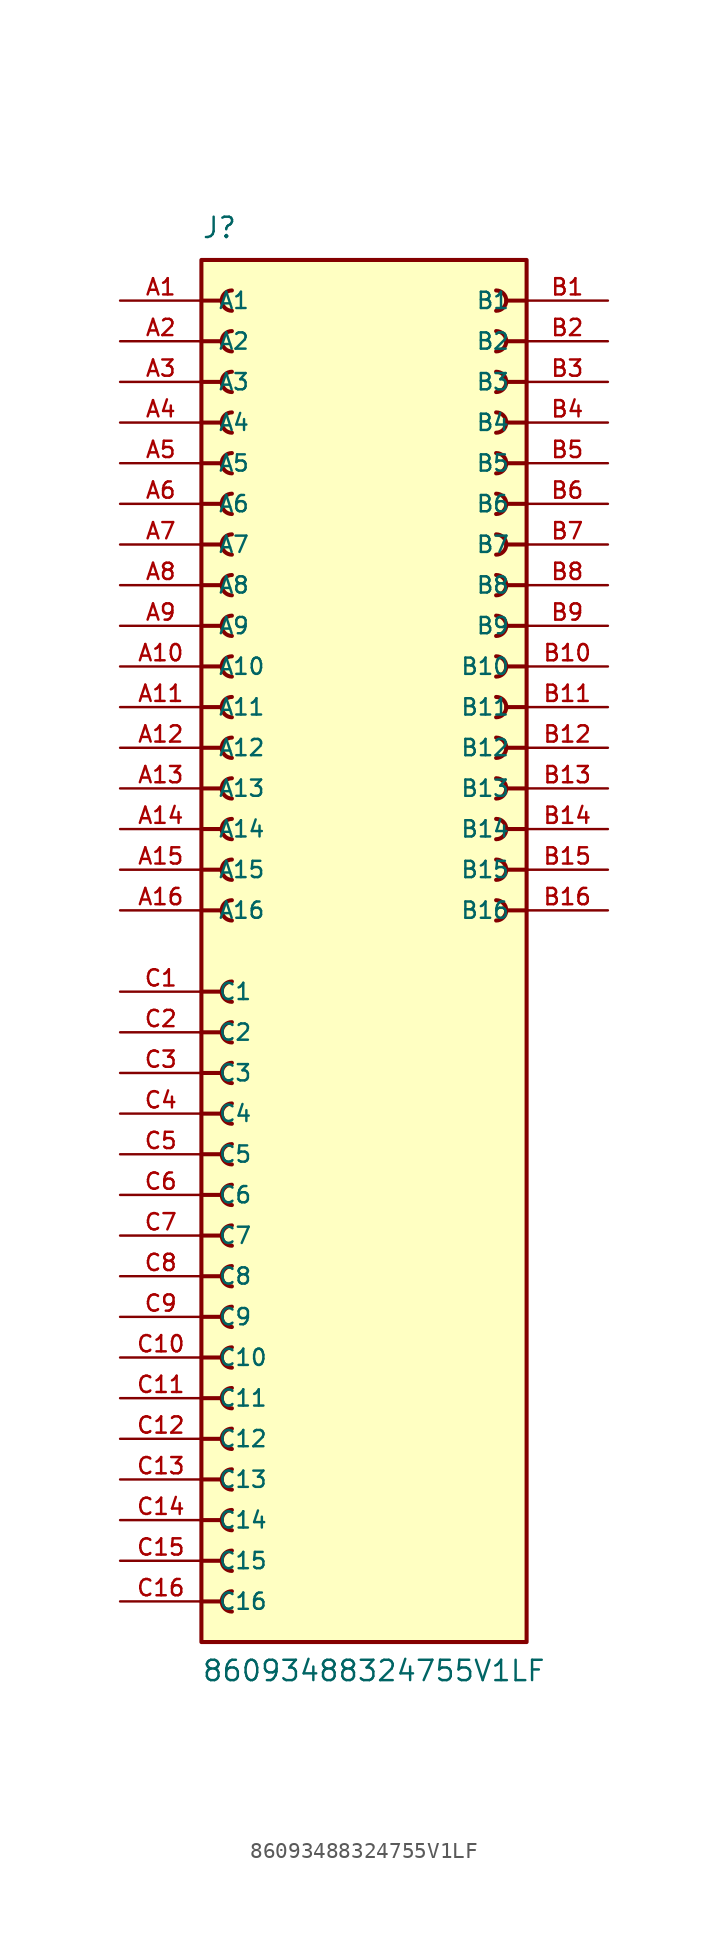
<source format=kicad_sym>
(kicad_symbol_lib
  (version 20211014)
  (generator kicad_symbol_editor)
  (symbol "86093488324755V1LF"
    (pin_names
      (offset 1.016))
    (property "Reference" "J"
      (at -10.16 44.45 0)
      (effects (font (size 1.27 1.27)) (justify bottom left)))
    (property "Value" "86093488324755V1LF"
      (at -10.16 -45.72 0)
      (effects (font (size 1.27 1.27)) (justify bottom left)))
    (symbol "86093488324755V1LF_0_0"
      (polyline (pts (xy 10.16 40.64) (xy 8.89 40.64)) (stroke (width 0.254)))
      (arc (start 8.255 40.005) (mid 8.89 40.64) (end 8.255 41.275) (stroke (width 0.254) (type default) (color 0 0 0 0)) (fill (type none)))
      (polyline (pts (xy 10.16 38.1) (xy 8.89 38.1)) (stroke (width 0.254)))
      (arc (start 8.255 37.465) (mid 8.89 38.1) (end 8.255 38.735) (stroke (width 0.254) (type default) (color 0 0 0 0)) (fill (type none)))
      (polyline (pts (xy 10.16 35.56) (xy 8.89 35.56)) (stroke (width 0.254)))
      (arc (start 8.255 34.925) (mid 8.89 35.56) (end 8.255 36.195) (stroke (width 0.254) (type default) (color 0 0 0 0)) (fill (type none)))
      (polyline (pts (xy 10.16 33.02) (xy 8.89 33.02)) (stroke (width 0.254)))
      (arc (start 8.255 32.385) (mid 8.89 33.02) (end 8.255 33.655) (stroke (width 0.254) (type default) (color 0 0 0 0)) (fill (type none)))
      (polyline (pts (xy 10.16 30.48) (xy 8.89 30.48)) (stroke (width 0.254)))
      (arc (start 8.255 29.845) (mid 8.89 30.48) (end 8.255 31.115) (stroke (width 0.254) (type default) (color 0 0 0 0)) (fill (type none)))
      (polyline (pts (xy 10.16 27.94) (xy 8.89 27.94)) (stroke (width 0.254)))
      (arc (start 8.255 27.305) (mid 8.89 27.94) (end 8.255 28.575) (stroke (width 0.254) (type default) (color 0 0 0 0)) (fill (type none)))
      (polyline (pts (xy 10.16 25.4) (xy 8.89 25.4)) (stroke (width 0.254)))
      (arc (start 8.255 24.765) (mid 8.89 25.4) (end 8.255 26.035) (stroke (width 0.254) (type default) (color 0 0 0 0)) (fill (type none)))
      (polyline (pts (xy 10.16 22.86) (xy 8.89 22.86)) (stroke (width 0.254)))
      (arc (start 8.255 22.225) (mid 8.89 22.86) (end 8.255 23.495) (stroke (width 0.254) (type default) (color 0 0 0 0)) (fill (type none)))
      (polyline (pts (xy 10.16 20.32) (xy 8.89 20.32)) (stroke (width 0.254)))
      (arc (start 8.255 19.685) (mid 8.89 20.32) (end 8.255 20.955) (stroke (width 0.254) (type default) (color 0 0 0 0)) (fill (type none)))
      (polyline (pts (xy 10.16 17.78) (xy 8.89 17.78)) (stroke (width 0.254)))
      (arc (start 8.255 17.145) (mid 8.89 17.78) (end 8.255 18.415) (stroke (width 0.254) (type default) (color 0 0 0 0)) (fill (type none)))
      (polyline (pts (xy 10.16 15.24) (xy 8.89 15.24)) (stroke (width 0.254)))
      (arc (start 8.255 14.605) (mid 8.89 15.24) (end 8.255 15.875) (stroke (width 0.254) (type default) (color 0 0 0 0)) (fill (type none)))
      (polyline (pts (xy 10.16 12.7) (xy 8.89 12.7)) (stroke (width 0.254)))
      (arc (start 8.255 12.065) (mid 8.89 12.7) (end 8.255 13.335) (stroke (width 0.254) (type default) (color 0 0 0 0)) (fill (type none)))
      (polyline (pts (xy 10.16 10.16) (xy 8.89 10.16)) (stroke (width 0.254)))
      (arc (start 8.255 9.525) (mid 8.89 10.16) (end 8.255 10.795) (stroke (width 0.254) (type default) (color 0 0 0 0)) (fill (type none)))
      (polyline (pts (xy 10.16 7.62) (xy 8.89 7.62)) (stroke (width 0.254)))
      (arc (start 8.255 6.985) (mid 8.89 7.62) (end 8.255 8.255) (stroke (width 0.254) (type default) (color 0 0 0 0)) (fill (type none)))
      (polyline (pts (xy 10.16 5.08) (xy 8.89 5.08)) (stroke (width 0.254)))
      (arc (start 8.255 4.445) (mid 8.89 5.08) (end 8.255 5.715) (stroke (width 0.254) (type default) (color 0 0 0 0)) (fill (type none)))
      (polyline (pts (xy 10.16 2.54) (xy 8.89 2.54)) (stroke (width 0.254)))
      (arc (start 8.255 1.905) (mid 8.89 2.54) (end 8.255 3.175) (stroke (width 0.254) (type default) (color 0 0 0 0)) (fill (type none)))
      (polyline (pts (xy -10.16 2.54) (xy -8.89 2.54)) (stroke (width 0.254)))
      (arc (start -8.255 3.175) (mid -8.89 2.54) (end -8.255 1.905) (stroke (width 0.254) (type default) (color 0 0 0 0)) (fill (type none)))
      (polyline (pts (xy -10.16 5.08) (xy -8.89 5.08)) (stroke (width 0.254)))
      (arc (start -8.255 5.715) (mid -8.89 5.08) (end -8.255 4.445) (stroke (width 0.254) (type default) (color 0 0 0 0)) (fill (type none)))
      (polyline (pts (xy -10.16 7.62) (xy -8.89 7.62)) (stroke (width 0.254)))
      (arc (start -8.255 8.255) (mid -8.89 7.62) (end -8.255 6.985) (stroke (width 0.254) (type default) (color 0 0 0 0)) (fill (type none)))
      (polyline (pts (xy -10.16 10.16) (xy -8.89 10.16)) (stroke (width 0.254)))
      (arc (start -8.255 10.795) (mid -8.89 10.16) (end -8.255 9.525) (stroke (width 0.254) (type default) (color 0 0 0 0)) (fill (type none)))
      (polyline (pts (xy -10.16 12.7) (xy -8.89 12.7)) (stroke (width 0.254)))
      (arc (start -8.255 13.335) (mid -8.89 12.7) (end -8.255 12.065) (stroke (width 0.254) (type default) (color 0 0 0 0)) (fill (type none)))
      (polyline (pts (xy -10.16 15.24) (xy -8.89 15.24)) (stroke (width 0.254)))
      (arc (start -8.255 15.875) (mid -8.89 15.24) (end -8.255 14.605) (stroke (width 0.254) (type default) (color 0 0 0 0)) (fill (type none)))
      (polyline (pts (xy -10.16 17.78) (xy -8.89 17.78)) (stroke (width 0.254)))
      (arc (start -8.255 18.415) (mid -8.89 17.78) (end -8.255 17.145) (stroke (width 0.254) (type default) (color 0 0 0 0)) (fill (type none)))
      (polyline (pts (xy -10.16 20.32) (xy -8.89 20.32)) (stroke (width 0.254)))
      (arc (start -8.255 20.955) (mid -8.89 20.32) (end -8.255 19.685) (stroke (width 0.254) (type default) (color 0 0 0 0)) (fill (type none)))
      (polyline (pts (xy -10.16 22.86) (xy -8.89 22.86)) (stroke (width 0.254)))
      (arc (start -8.255 23.495) (mid -8.89 22.86) (end -8.255 22.225) (stroke (width 0.254) (type default) (color 0 0 0 0)) (fill (type none)))
      (polyline (pts (xy -10.16 25.4) (xy -8.89 25.4)) (stroke (width 0.254)))
      (arc (start -8.255 26.035) (mid -8.89 25.4) (end -8.255 24.765) (stroke (width 0.254) (type default) (color 0 0 0 0)) (fill (type none)))
      (polyline (pts (xy -10.16 27.94) (xy -8.89 27.94)) (stroke (width 0.254)))
      (arc (start -8.255 28.575) (mid -8.89 27.94) (end -8.255 27.305) (stroke (width 0.254) (type default) (color 0 0 0 0)) (fill (type none)))
      (polyline (pts (xy -10.16 30.48) (xy -8.89 30.48)) (stroke (width 0.254)))
      (arc (start -8.255 31.115) (mid -8.89 30.48) (end -8.255 29.845) (stroke (width 0.254) (type default) (color 0 0 0 0)) (fill (type none)))
      (polyline (pts (xy -10.16 33.02) (xy -8.89 33.02)) (stroke (width 0.254)))
      (arc (start -8.255 33.655) (mid -8.89 33.02) (end -8.255 32.385) (stroke (width 0.254) (type default) (color 0 0 0 0)) (fill (type none)))
      (polyline (pts (xy -10.16 35.56) (xy -8.89 35.56)) (stroke (width 0.254)))
      (arc (start -8.255 36.195) (mid -8.89 35.56) (end -8.255 34.925) (stroke (width 0.254) (type default) (color 0 0 0 0)) (fill (type none)))
      (polyline (pts (xy -10.16 38.1) (xy -8.89 38.1)) (stroke (width 0.254)))
      (arc (start -8.255 38.735) (mid -8.89 38.1) (end -8.255 37.465) (stroke (width 0.254) (type default) (color 0 0 0 0)) (fill (type none)))
      (polyline (pts (xy -10.16 40.64) (xy -8.89 40.64)) (stroke (width 0.254)))
      (arc (start -8.255 41.275) (mid -8.89 40.64) (end -8.255 40.005) (stroke (width 0.254) (type default) (color 0 0 0 0)) (fill (type none)))
      (polyline (pts (xy -10.16 -40.64) (xy -8.89 -40.64)) (stroke (width 0.254)))
      (arc (start -8.255 -40.005) (mid -8.89 -40.64) (end -8.255 -41.275) (stroke (width 0.254) (type default) (color 0 0 0 0)) (fill (type none)))
      (polyline (pts (xy -10.16 -38.1) (xy -8.89 -38.1)) (stroke (width 0.254)))
      (arc (start -8.255 -37.465) (mid -8.89 -38.1) (end -8.255 -38.735) (stroke (width 0.254) (type default) (color 0 0 0 0)) (fill (type none)))
      (polyline (pts (xy -10.16 -35.56) (xy -8.89 -35.56)) (stroke (width 0.254)))
      (arc (start -8.255 -34.925) (mid -8.89 -35.56) (end -8.255 -36.195) (stroke (width 0.254) (type default) (color 0 0 0 0)) (fill (type none)))
      (polyline (pts (xy -10.16 -33.02) (xy -8.89 -33.02)) (stroke (width 0.254)))
      (arc (start -8.255 -32.385) (mid -8.89 -33.02) (end -8.255 -33.655) (stroke (width 0.254) (type default) (color 0 0 0 0)) (fill (type none)))
      (polyline (pts (xy -10.16 -30.48) (xy -8.89 -30.48)) (stroke (width 0.254)))
      (arc (start -8.255 -29.845) (mid -8.89 -30.48) (end -8.255 -31.115) (stroke (width 0.254) (type default) (color 0 0 0 0)) (fill (type none)))
      (polyline (pts (xy -10.16 -27.94) (xy -8.89 -27.94)) (stroke (width 0.254)))
      (arc (start -8.255 -27.305) (mid -8.89 -27.94) (end -8.255 -28.575) (stroke (width 0.254) (type default) (color 0 0 0 0)) (fill (type none)))
      (polyline (pts (xy -10.16 -25.4) (xy -8.89 -25.4)) (stroke (width 0.254)))
      (arc (start -8.255 -24.765) (mid -8.89 -25.4) (end -8.255 -26.035) (stroke (width 0.254) (type default) (color 0 0 0 0)) (fill (type none)))
      (polyline (pts (xy -10.16 -22.86) (xy -8.89 -22.86)) (stroke (width 0.254)))
      (arc (start -8.255 -22.225) (mid -8.89 -22.86) (end -8.255 -23.495) (stroke (width 0.254) (type default) (color 0 0 0 0)) (fill (type none)))
      (polyline (pts (xy -10.16 -20.32) (xy -8.89 -20.32)) (stroke (width 0.254)))
      (arc (start -8.255 -19.685) (mid -8.89 -20.32) (end -8.255 -20.955) (stroke (width 0.254) (type default) (color 0 0 0 0)) (fill (type none)))
      (polyline (pts (xy -10.16 -17.78) (xy -8.89 -17.78)) (stroke (width 0.254)))
      (arc (start -8.255 -17.145) (mid -8.89 -17.78) (end -8.255 -18.415) (stroke (width 0.254) (type default) (color 0 0 0 0)) (fill (type none)))
      (polyline (pts (xy -10.16 -15.24) (xy -8.89 -15.24)) (stroke (width 0.254)))
      (arc (start -8.255 -14.605) (mid -8.89 -15.24) (end -8.255 -15.875) (stroke (width 0.254) (type default) (color 0 0 0 0)) (fill (type none)))
      (polyline (pts (xy -10.16 -12.7) (xy -8.89 -12.7)) (stroke (width 0.254)))
      (arc (start -8.255 -12.065) (mid -8.89 -12.7) (end -8.255 -13.335) (stroke (width 0.254) (type default) (color 0 0 0 0)) (fill (type none)))
      (polyline (pts (xy -10.16 -10.16) (xy -8.89 -10.16)) (stroke (width 0.254)))
      (arc (start -8.255 -9.525) (mid -8.89 -10.16) (end -8.255 -10.795) (stroke (width 0.254) (type default) (color 0 0 0 0)) (fill (type none)))
      (polyline (pts (xy -10.16 -7.62) (xy -8.89 -7.62)) (stroke (width 0.254)))
      (arc (start -8.255 -6.985) (mid -8.89 -7.62) (end -8.255 -8.255) (stroke (width 0.254) (type default) (color 0 0 0 0)) (fill (type none)))
      (polyline (pts (xy -10.16 -5.08) (xy -8.89 -5.08)) (stroke (width 0.254)))
      (arc (start -8.255 -4.445) (mid -8.89 -5.08) (end -8.255 -5.715) (stroke (width 0.254) (type default) (color 0 0 0 0)) (fill (type none)))
      (polyline (pts (xy -10.16 -2.54) (xy -8.89 -2.54)) (stroke (width 0.254)))
      (arc (start -8.255 -1.905) (mid -8.89 -2.54) (end -8.255 -3.175) (stroke (width 0.254) (type default) (color 0 0 0 0)) (fill (type none)))
      (rectangle (start -10.16 -43.18) (end 10.16 43.18) (stroke (width 0.254)) (fill (type background)))
      (pin passive line (at -15.24 40.64 0) (length 5.08) (name "A1" (effects (font (size 1.016 1.016)))) (number "A1" (effects (font (size 1.016 1.016)))))
      (pin passive line (at 15.24 40.64 180.0) (length 5.08) (name "B1" (effects (font (size 1.016 1.016)))) (number "B1" (effects (font (size 1.016 1.016)))))
      (pin passive line (at -15.24 38.1 0) (length 5.08) (name "A2" (effects (font (size 1.016 1.016)))) (number "A2" (effects (font (size 1.016 1.016)))))
      (pin passive line (at -15.24 35.56 0) (length 5.08) (name "A3" (effects (font (size 1.016 1.016)))) (number "A3" (effects (font (size 1.016 1.016)))))
      (pin passive line (at -15.24 33.02 0) (length 5.08) (name "A4" (effects (font (size 1.016 1.016)))) (number "A4" (effects (font (size 1.016 1.016)))))
      (pin passive line (at -15.24 30.48 0) (length 5.08) (name "A5" (effects (font (size 1.016 1.016)))) (number "A5" (effects (font (size 1.016 1.016)))))
      (pin passive line (at -15.24 27.94 0) (length 5.08) (name "A6" (effects (font (size 1.016 1.016)))) (number "A6" (effects (font (size 1.016 1.016)))))
      (pin passive line (at -15.24 25.4 0) (length 5.08) (name "A7" (effects (font (size 1.016 1.016)))) (number "A7" (effects (font (size 1.016 1.016)))))
      (pin passive line (at -15.24 22.86 0) (length 5.08) (name "A8" (effects (font (size 1.016 1.016)))) (number "A8" (effects (font (size 1.016 1.016)))))
      (pin passive line (at -15.24 20.32 0) (length 5.08) (name "A9" (effects (font (size 1.016 1.016)))) (number "A9" (effects (font (size 1.016 1.016)))))
      (pin passive line (at -15.24 17.78 0) (length 5.08) (name "A10" (effects (font (size 1.016 1.016)))) (number "A10" (effects (font (size 1.016 1.016)))))
      (pin passive line (at -15.24 15.24 0) (length 5.08) (name "A11" (effects (font (size 1.016 1.016)))) (number "A11" (effects (font (size 1.016 1.016)))))
      (pin passive line (at -15.24 12.7 0) (length 5.08) (name "A12" (effects (font (size 1.016 1.016)))) (number "A12" (effects (font (size 1.016 1.016)))))
      (pin passive line (at -15.24 10.16 0) (length 5.08) (name "A13" (effects (font (size 1.016 1.016)))) (number "A13" (effects (font (size 1.016 1.016)))))
      (pin passive line (at -15.24 7.62 0) (length 5.08) (name "A14" (effects (font (size 1.016 1.016)))) (number "A14" (effects (font (size 1.016 1.016)))))
      (pin passive line (at -15.24 5.08 0) (length 5.08) (name "A15" (effects (font (size 1.016 1.016)))) (number "A15" (effects (font (size 1.016 1.016)))))
      (pin passive line (at -15.24 2.54 0) (length 5.08) (name "A16" (effects (font (size 1.016 1.016)))) (number "A16" (effects (font (size 1.016 1.016)))))
      (pin passive line (at 15.24 38.1 180.0) (length 5.08) (name "B2" (effects (font (size 1.016 1.016)))) (number "B2" (effects (font (size 1.016 1.016)))))
      (pin passive line (at 15.24 35.56 180.0) (length 5.08) (name "B3" (effects (font (size 1.016 1.016)))) (number "B3" (effects (font (size 1.016 1.016)))))
      (pin passive line (at 15.24 33.02 180.0) (length 5.08) (name "B4" (effects (font (size 1.016 1.016)))) (number "B4" (effects (font (size 1.016 1.016)))))
      (pin passive line (at 15.24 30.48 180.0) (length 5.08) (name "B5" (effects (font (size 1.016 1.016)))) (number "B5" (effects (font (size 1.016 1.016)))))
      (pin passive line (at 15.24 27.94 180.0) (length 5.08) (name "B6" (effects (font (size 1.016 1.016)))) (number "B6" (effects (font (size 1.016 1.016)))))
      (pin passive line (at 15.24 25.4 180.0) (length 5.08) (name "B7" (effects (font (size 1.016 1.016)))) (number "B7" (effects (font (size 1.016 1.016)))))
      (pin passive line (at 15.24 22.86 180.0) (length 5.08) (name "B8" (effects (font (size 1.016 1.016)))) (number "B8" (effects (font (size 1.016 1.016)))))
      (pin passive line (at 15.24 20.32 180.0) (length 5.08) (name "B9" (effects (font (size 1.016 1.016)))) (number "B9" (effects (font (size 1.016 1.016)))))
      (pin passive line (at 15.24 17.78 180.0) (length 5.08) (name "B10" (effects (font (size 1.016 1.016)))) (number "B10" (effects (font (size 1.016 1.016)))))
      (pin passive line (at 15.24 15.24 180.0) (length 5.08) (name "B11" (effects (font (size 1.016 1.016)))) (number "B11" (effects (font (size 1.016 1.016)))))
      (pin passive line (at 15.24 12.7 180.0) (length 5.08) (name "B12" (effects (font (size 1.016 1.016)))) (number "B12" (effects (font (size 1.016 1.016)))))
      (pin passive line (at 15.24 10.16 180.0) (length 5.08) (name "B13" (effects (font (size 1.016 1.016)))) (number "B13" (effects (font (size 1.016 1.016)))))
      (pin passive line (at 15.24 7.62 180.0) (length 5.08) (name "B14" (effects (font (size 1.016 1.016)))) (number "B14" (effects (font (size 1.016 1.016)))))
      (pin passive line (at 15.24 5.08 180.0) (length 5.08) (name "B15" (effects (font (size 1.016 1.016)))) (number "B15" (effects (font (size 1.016 1.016)))))
      (pin passive line (at 15.24 2.54 180.0) (length 5.08) (name "B16" (effects (font (size 1.016 1.016)))) (number "B16" (effects (font (size 1.016 1.016)))))
      (pin passive line (at -15.24 -2.54 0) (length 5.08) (name "C1" (effects (font (size 1.016 1.016)))) (number "C1" (effects (font (size 1.016 1.016)))))
      (pin passive line (at -15.24 -5.08 0) (length 5.08) (name "C2" (effects (font (size 1.016 1.016)))) (number "C2" (effects (font (size 1.016 1.016)))))
      (pin passive line (at -15.24 -7.62 0) (length 5.08) (name "C3" (effects (font (size 1.016 1.016)))) (number "C3" (effects (font (size 1.016 1.016)))))
      (pin passive line (at -15.24 -10.16 0) (length 5.08) (name "C4" (effects (font (size 1.016 1.016)))) (number "C4" (effects (font (size 1.016 1.016)))))
      (pin passive line (at -15.24 -12.7 0) (length 5.08) (name "C5" (effects (font (size 1.016 1.016)))) (number "C5" (effects (font (size 1.016 1.016)))))
      (pin passive line (at -15.24 -15.24 0) (length 5.08) (name "C6" (effects (font (size 1.016 1.016)))) (number "C6" (effects (font (size 1.016 1.016)))))
      (pin passive line (at -15.24 -17.78 0) (length 5.08) (name "C7" (effects (font (size 1.016 1.016)))) (number "C7" (effects (font (size 1.016 1.016)))))
      (pin passive line (at -15.24 -20.32 0) (length 5.08) (name "C8" (effects (font (size 1.016 1.016)))) (number "C8" (effects (font (size 1.016 1.016)))))
      (pin passive line (at -15.24 -22.86 0) (length 5.08) (name "C9" (effects (font (size 1.016 1.016)))) (number "C9" (effects (font (size 1.016 1.016)))))
      (pin passive line (at -15.24 -25.4 0) (length 5.08) (name "C10" (effects (font (size 1.016 1.016)))) (number "C10" (effects (font (size 1.016 1.016)))))
      (pin passive line (at -15.24 -27.94 0) (length 5.08) (name "C11" (effects (font (size 1.016 1.016)))) (number "C11" (effects (font (size 1.016 1.016)))))
      (pin passive line (at -15.24 -30.48 0) (length 5.08) (name "C12" (effects (font (size 1.016 1.016)))) (number "C12" (effects (font (size 1.016 1.016)))))
      (pin passive line (at -15.24 -33.02 0) (length 5.08) (name "C13" (effects (font (size 1.016 1.016)))) (number "C13" (effects (font (size 1.016 1.016)))))
      (pin passive line (at -15.24 -35.56 0) (length 5.08) (name "C14" (effects (font (size 1.016 1.016)))) (number "C14" (effects (font (size 1.016 1.016)))))
      (pin passive line (at -15.24 -38.1 0) (length 5.08) (name "C15" (effects (font (size 1.016 1.016)))) (number "C15" (effects (font (size 1.016 1.016)))))
      (pin passive line (at -15.24 -40.64 0) (length 5.08) (name "C16" (effects (font (size 1.016 1.016)))) (number "C16" (effects (font (size 1.016 1.016))))))))
</source>
